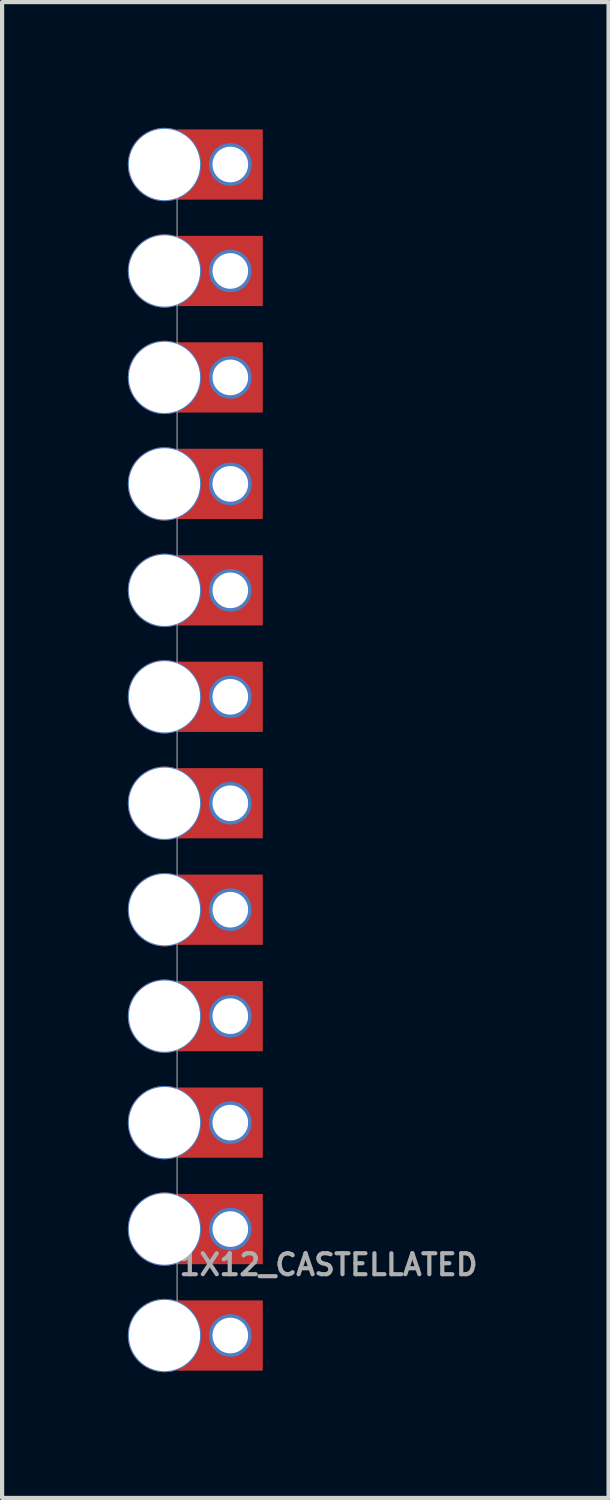
<source format=kicad_pcb>
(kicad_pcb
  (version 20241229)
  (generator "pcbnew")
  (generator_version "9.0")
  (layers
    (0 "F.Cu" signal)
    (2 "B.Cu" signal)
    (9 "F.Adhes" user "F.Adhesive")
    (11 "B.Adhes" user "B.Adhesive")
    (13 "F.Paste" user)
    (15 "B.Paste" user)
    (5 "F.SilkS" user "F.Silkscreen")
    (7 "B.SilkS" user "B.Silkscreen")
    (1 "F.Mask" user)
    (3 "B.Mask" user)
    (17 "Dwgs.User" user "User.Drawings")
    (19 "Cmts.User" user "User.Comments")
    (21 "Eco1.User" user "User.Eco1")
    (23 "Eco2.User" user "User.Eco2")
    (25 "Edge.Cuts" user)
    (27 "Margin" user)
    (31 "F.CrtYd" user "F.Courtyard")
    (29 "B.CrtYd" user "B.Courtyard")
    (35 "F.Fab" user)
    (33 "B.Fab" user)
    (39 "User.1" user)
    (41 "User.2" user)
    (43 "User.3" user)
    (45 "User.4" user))
  (footprint "1X12_CASTELLATED"
    (layer "F.Cu")
    (at 2.445 28.815)
    (property "Reference" "1X12_CASTELLATED" (at -1.27 -1.397 0) (layer "F.Fab") (effects (font (size 0.5 0.5) (thickness 0.1)) (justify left bottom)))
    (fp_poly (pts (xy 0.775 -27.102) (xy -1.283 -27.102) (xy -1.283 -28.778) (xy 0.775 -28.778)) (stroke (width 0) (type default)) (fill yes) (layer "F.Cu"))
    (fp_poly (pts (xy 0.775 -24.562) (xy -1.283 -24.562) (xy -1.283 -26.238) (xy 0.775 -26.238)) (stroke (width 0) (type default)) (fill yes) (layer "F.Cu"))
    (fp_poly (pts (xy 0.775 -22.022) (xy -1.283 -22.022) (xy -1.283 -23.698) (xy 0.775 -23.698)) (stroke (width 0) (type default)) (fill yes) (layer "F.Cu"))
    (fp_poly (pts (xy 0.775 -19.482) (xy -1.283 -19.482) (xy -1.283 -21.158) (xy 0.775 -21.158)) (stroke (width 0) (type default)) (fill yes) (layer "F.Cu"))
    (fp_poly (pts (xy 0.775 -16.942) (xy -1.283 -16.942) (xy -1.283 -18.618) (xy 0.775 -18.618)) (stroke (width 0) (type default)) (fill yes) (layer "F.Cu"))
    (fp_poly (pts (xy 0.775 -14.402) (xy -1.283 -14.402) (xy -1.283 -16.078) (xy 0.775 -16.078)) (stroke (width 0) (type default)) (fill yes) (layer "F.Cu"))
    (fp_poly (pts (xy 0.775 -11.862) (xy -1.283 -11.862) (xy -1.283 -13.538) (xy 0.775 -13.538)) (stroke (width 0) (type default)) (fill yes) (layer "F.Cu"))
    (fp_poly (pts (xy 0.775 -9.322) (xy -1.283 -9.322) (xy -1.283 -10.998) (xy 0.775 -10.998)) (stroke (width 0) (type default)) (fill yes) (layer "F.Cu"))
    (fp_poly (pts (xy 0.775 -6.782) (xy -1.283 -6.782) (xy -1.283 -8.458) (xy 0.775 -8.458)) (stroke (width 0) (type default)) (fill yes) (layer "F.Cu"))
    (fp_poly (pts (xy 0.775 -4.242) (xy -1.283 -4.242) (xy -1.283 -5.918) (xy 0.775 -5.918)) (stroke (width 0) (type default)) (fill yes) (layer "F.Cu"))
    (fp_poly (pts (xy 0.775 -1.702) (xy -1.283 -1.702) (xy -1.283 -3.378) (xy 0.775 -3.378)) (stroke (width 0) (type default)) (fill yes) (layer "F.Cu"))
    (fp_poly (pts (xy 0.775 0.838) (xy -1.283 0.838) (xy -1.283 -0.838) (xy 0.775 -0.838)) (stroke (width 0) (type default)) (fill yes) (layer "F.Cu"))
    (fp_poly (pts (xy 0.775 -27.102) (xy -1.283 -27.102) (xy -1.283 -28.778) (xy 0.775 -28.778)) (stroke (width 0) (type default)) (fill yes) (layer "F.Mask"))
    (fp_poly (pts (xy 0.775 -24.562) (xy -1.283 -24.562) (xy -1.283 -26.238) (xy 0.775 -26.238)) (stroke (width 0) (type default)) (fill yes) (layer "F.Mask"))
    (fp_poly (pts (xy 0.775 -22.022) (xy -1.283 -22.022) (xy -1.283 -23.698) (xy 0.775 -23.698)) (stroke (width 0) (type default)) (fill yes) (layer "F.Mask"))
    (fp_poly (pts (xy 0.775 -19.482) (xy -1.283 -19.482) (xy -1.283 -21.158) (xy 0.775 -21.158)) (stroke (width 0) (type default)) (fill yes) (layer "F.Mask"))
    (fp_poly (pts (xy 0.775 -16.942) (xy -1.283 -16.942) (xy -1.283 -18.618) (xy 0.775 -18.618)) (stroke (width 0) (type default)) (fill yes) (layer "F.Mask"))
    (fp_poly (pts (xy 0.775 -14.402) (xy -1.283 -14.402) (xy -1.283 -16.078) (xy 0.775 -16.078)) (stroke (width 0) (type default)) (fill yes) (layer "F.Mask"))
    (fp_poly (pts (xy 0.775 -11.862) (xy -1.283 -11.862) (xy -1.283 -13.538) (xy 0.775 -13.538)) (stroke (width 0) (type default)) (fill yes) (layer "F.Mask"))
    (fp_poly (pts (xy 0.775 -9.322) (xy -1.283 -9.322) (xy -1.283 -10.998) (xy 0.775 -10.998)) (stroke (width 0) (type default)) (fill yes) (layer "F.Mask"))
    (fp_poly (pts (xy 0.775 -6.782) (xy -1.283 -6.782) (xy -1.283 -8.458) (xy 0.775 -8.458)) (stroke (width 0) (type default)) (fill yes) (layer "F.Mask"))
    (fp_poly (pts (xy 0.775 -4.242) (xy -1.283 -4.242) (xy -1.283 -5.918) (xy 0.775 -5.918)) (stroke (width 0) (type default)) (fill yes) (layer "F.Mask"))
    (fp_poly (pts (xy 0.775 -1.702) (xy -1.283 -1.702) (xy -1.283 -3.378) (xy 0.775 -3.378)) (stroke (width 0) (type default)) (fill yes) (layer "F.Mask"))
    (fp_poly (pts (xy 0.775 0.838) (xy -1.283 0.838) (xy -1.283 -0.838) (xy 0.775 -0.838)) (stroke (width 0) (type default)) (fill yes) (layer "F.Mask"))
    (fp_poly (pts (xy 0.176 -28.743) (xy 0.34 -28.673) (xy 0.485 -28.57) (xy 0.606 -28.439) (xy 0.697 -28.286) (xy 0.754 -28.117) (xy 0.775 -27.94) (xy 0.758 -27.761) (xy 0.703 -27.591) (xy 0.613 -27.435) (xy 0.491 -27.304) (xy 0.344 -27.201) (xy 0.178 -27.133) (xy 0.001 -27.102) (xy -1.283 -27.102) (xy -1.283 -28.778) (xy 0.001 -28.778)) (stroke (width 0) (type default)) (fill yes) (layer "B.Mask"))
    (fp_poly (pts (xy 0.176 -26.203) (xy 0.34 -26.133) (xy 0.485 -26.03) (xy 0.606 -25.899) (xy 0.697 -25.746) (xy 0.754 -25.577) (xy 0.775 -25.4) (xy 0.758 -25.221) (xy 0.703 -25.051) (xy 0.613 -24.895) (xy 0.491 -24.764) (xy 0.344 -24.661) (xy 0.178 -24.593) (xy 0.001 -24.562) (xy -1.283 -24.562) (xy -1.283 -26.238) (xy 0.001 -26.238)) (stroke (width 0) (type default)) (fill yes) (layer "B.Mask"))
    (fp_poly (pts (xy 0.176 -23.663) (xy 0.34 -23.593) (xy 0.485 -23.49) (xy 0.606 -23.359) (xy 0.697 -23.206) (xy 0.754 -23.037) (xy 0.775 -22.86) (xy 0.758 -22.681) (xy 0.703 -22.511) (xy 0.613 -22.355) (xy 0.491 -22.224) (xy 0.344 -22.121) (xy 0.178 -22.053) (xy 0.001 -22.022) (xy -1.283 -22.022) (xy -1.283 -23.698) (xy 0.001 -23.698)) (stroke (width 0) (type default)) (fill yes) (layer "B.Mask"))
    (fp_poly (pts (xy 0.176 -21.123) (xy 0.34 -21.053) (xy 0.485 -20.95) (xy 0.606 -20.819) (xy 0.697 -20.666) (xy 0.754 -20.497) (xy 0.775 -20.32) (xy 0.758 -20.141) (xy 0.703 -19.971) (xy 0.613 -19.815) (xy 0.491 -19.684) (xy 0.344 -19.581) (xy 0.178 -19.513) (xy 0.001 -19.482) (xy -1.283 -19.482) (xy -1.283 -21.158) (xy 0.001 -21.158)) (stroke (width 0) (type default)) (fill yes) (layer "B.Mask"))
    (fp_poly (pts (xy 0.176 -18.583) (xy 0.34 -18.513) (xy 0.485 -18.41) (xy 0.606 -18.279) (xy 0.697 -18.126) (xy 0.754 -17.957) (xy 0.775 -17.78) (xy 0.758 -17.601) (xy 0.703 -17.431) (xy 0.613 -17.275) (xy 0.491 -17.144) (xy 0.344 -17.041) (xy 0.178 -16.973) (xy 0.001 -16.942) (xy -1.283 -16.942) (xy -1.283 -18.618) (xy 0.001 -18.618)) (stroke (width 0) (type default)) (fill yes) (layer "B.Mask"))
    (fp_poly (pts (xy 0.176 -16.043) (xy 0.34 -15.973) (xy 0.485 -15.87) (xy 0.606 -15.739) (xy 0.697 -15.586) (xy 0.754 -15.417) (xy 0.775 -15.24) (xy 0.758 -15.061) (xy 0.703 -14.891) (xy 0.613 -14.735) (xy 0.491 -14.604) (xy 0.344 -14.501) (xy 0.178 -14.433) (xy 0.001 -14.402) (xy -1.283 -14.402) (xy -1.283 -16.078) (xy 0.001 -16.078)) (stroke (width 0) (type default)) (fill yes) (layer "B.Mask"))
    (fp_poly (pts (xy 0.176 -13.503) (xy 0.34 -13.433) (xy 0.485 -13.33) (xy 0.606 -13.199) (xy 0.697 -13.046) (xy 0.754 -12.877) (xy 0.775 -12.7) (xy 0.758 -12.521) (xy 0.703 -12.351) (xy 0.613 -12.195) (xy 0.491 -12.064) (xy 0.344 -11.961) (xy 0.178 -11.893) (xy 0.001 -11.862) (xy -1.283 -11.862) (xy -1.283 -13.538) (xy 0.001 -13.538)) (stroke (width 0) (type default)) (fill yes) (layer "B.Mask"))
    (fp_poly (pts (xy 0.176 -10.963) (xy 0.34 -10.893) (xy 0.485 -10.79) (xy 0.606 -10.659) (xy 0.697 -10.506) (xy 0.754 -10.337) (xy 0.775 -10.16) (xy 0.758 -9.981) (xy 0.703 -9.811) (xy 0.613 -9.655) (xy 0.491 -9.524) (xy 0.344 -9.421) (xy 0.178 -9.353) (xy 0.001 -9.322) (xy -1.283 -9.322) (xy -1.283 -10.998) (xy 0.001 -10.998)) (stroke (width 0) (type default)) (fill yes) (layer "B.Mask"))
    (fp_poly (pts (xy 0.176 -8.423) (xy 0.34 -8.353) (xy 0.485 -8.25) (xy 0.606 -8.119) (xy 0.697 -7.966) (xy 0.754 -7.797) (xy 0.775 -7.62) (xy 0.758 -7.441) (xy 0.703 -7.271) (xy 0.613 -7.115) (xy 0.491 -6.984) (xy 0.344 -6.881) (xy 0.178 -6.813) (xy 0.001 -6.782) (xy -1.283 -6.782) (xy -1.283 -8.458) (xy 0.001 -8.458)) (stroke (width 0) (type default)) (fill yes) (layer "B.Mask"))
    (fp_poly (pts (xy 0.176 -5.883) (xy 0.34 -5.813) (xy 0.485 -5.71) (xy 0.606 -5.579) (xy 0.697 -5.426) (xy 0.754 -5.257) (xy 0.775 -5.08) (xy 0.758 -4.901) (xy 0.703 -4.731) (xy 0.613 -4.575) (xy 0.491 -4.444) (xy 0.344 -4.341) (xy 0.178 -4.273) (xy 0.001 -4.242) (xy -1.283 -4.242) (xy -1.283 -5.918) (xy 0.001 -5.918)) (stroke (width 0) (type default)) (fill yes) (layer "B.Mask"))
    (fp_poly (pts (xy 0.176 -3.343) (xy 0.34 -3.273) (xy 0.485 -3.17) (xy 0.606 -3.039) (xy 0.697 -2.886) (xy 0.754 -2.717) (xy 0.775 -2.54) (xy 0.758 -2.361) (xy 0.703 -2.191) (xy 0.613 -2.035) (xy 0.491 -1.904) (xy 0.344 -1.801) (xy 0.178 -1.733) (xy 0.001 -1.702) (xy -1.283 -1.702) (xy -1.283 -3.378) (xy 0.001 -3.378)) (stroke (width 0) (type default)) (fill yes) (layer "B.Mask"))
    (fp_poly (pts (xy 0.176 -0.803) (xy 0.34 -0.733) (xy 0.485 -0.63) (xy 0.606 -0.499) (xy 0.697 -0.346) (xy 0.754 -0.177) (xy 0.775 -0.001) (xy 0.775 0.001) (xy 0.758 0.179) (xy 0.703 0.349) (xy 0.613 0.505) (xy 0.491 0.636) (xy 0.344 0.739) (xy 0.178 0.807) (xy 0.001 0.838) (xy -1.283 0.838) (xy -1.283 -0.838) (xy 0.001 -0.838)) (stroke (width 0) (type default)) (fill yes) (layer "B.Mask"))
    (fp_poly (pts (xy 0.176 -28.743) (xy 0.34 -28.673) (xy 0.485 -28.57) (xy 0.606 -28.439) (xy 0.697 -28.286) (xy 0.754 -28.117) (xy 0.775 -27.94) (xy 0.758 -27.761) (xy 0.703 -27.591) (xy 0.613 -27.435) (xy 0.491 -27.304) (xy 0.344 -27.201) (xy 0.178 -27.133) (xy 0.001 -27.102) (xy -1.283 -27.102) (xy -1.283 -28.778) (xy 0.001 -28.778)) (stroke (width 0) (type default)) (fill yes) (layer "In1.Cu"))
    (fp_poly (pts (xy 0.176 -26.203) (xy 0.34 -26.133) (xy 0.485 -26.03) (xy 0.606 -25.899) (xy 0.697 -25.746) (xy 0.754 -25.577) (xy 0.775 -25.4) (xy 0.758 -25.221) (xy 0.703 -25.051) (xy 0.613 -24.895) (xy 0.491 -24.764) (xy 0.344 -24.661) (xy 0.178 -24.593) (xy 0.001 -24.562) (xy -1.283 -24.562) (xy -1.283 -26.238) (xy 0.001 -26.238)) (stroke (width 0) (type default)) (fill yes) (layer "In1.Cu"))
    (fp_poly (pts (xy 0.176 -23.663) (xy 0.34 -23.593) (xy 0.485 -23.49) (xy 0.606 -23.359) (xy 0.697 -23.206) (xy 0.754 -23.037) (xy 0.775 -22.86) (xy 0.758 -22.681) (xy 0.703 -22.511) (xy 0.613 -22.355) (xy 0.491 -22.224) (xy 0.344 -22.121) (xy 0.178 -22.053) (xy 0.001 -22.022) (xy -1.283 -22.022) (xy -1.283 -23.698) (xy 0.001 -23.698)) (stroke (width 0) (type default)) (fill yes) (layer "In1.Cu"))
    (fp_poly (pts (xy 0.176 -21.123) (xy 0.34 -21.053) (xy 0.485 -20.95) (xy 0.606 -20.819) (xy 0.697 -20.666) (xy 0.754 -20.497) (xy 0.775 -20.32) (xy 0.758 -20.141) (xy 0.703 -19.971) (xy 0.613 -19.815) (xy 0.491 -19.684) (xy 0.344 -19.581) (xy 0.178 -19.513) (xy 0.001 -19.482) (xy -1.283 -19.482) (xy -1.283 -21.158) (xy 0.001 -21.158)) (stroke (width 0) (type default)) (fill yes) (layer "In1.Cu"))
    (fp_poly (pts (xy 0.176 -18.583) (xy 0.34 -18.513) (xy 0.485 -18.41) (xy 0.606 -18.279) (xy 0.697 -18.126) (xy 0.754 -17.957) (xy 0.775 -17.78) (xy 0.758 -17.601) (xy 0.703 -17.431) (xy 0.613 -17.275) (xy 0.491 -17.144) (xy 0.344 -17.041) (xy 0.178 -16.973) (xy 0.001 -16.942) (xy -1.283 -16.942) (xy -1.283 -18.618) (xy 0.001 -18.618)) (stroke (width 0) (type default)) (fill yes) (layer "In1.Cu"))
    (fp_poly (pts (xy 0.176 -16.043) (xy 0.34 -15.973) (xy 0.485 -15.87) (xy 0.606 -15.739) (xy 0.697 -15.586) (xy 0.754 -15.417) (xy 0.775 -15.24) (xy 0.758 -15.061) (xy 0.703 -14.891) (xy 0.613 -14.735) (xy 0.491 -14.604) (xy 0.344 -14.501) (xy 0.178 -14.433) (xy 0.001 -14.402) (xy -1.283 -14.402) (xy -1.283 -16.078) (xy 0.001 -16.078)) (stroke (width 0) (type default)) (fill yes) (layer "In1.Cu"))
    (fp_poly (pts (xy 0.176 -13.503) (xy 0.34 -13.433) (xy 0.485 -13.33) (xy 0.606 -13.199) (xy 0.697 -13.046) (xy 0.754 -12.877) (xy 0.775 -12.7) (xy 0.758 -12.521) (xy 0.703 -12.351) (xy 0.613 -12.195) (xy 0.491 -12.064) (xy 0.344 -11.961) (xy 0.178 -11.893) (xy 0.001 -11.862) (xy -1.283 -11.862) (xy -1.283 -13.538) (xy 0.001 -13.538)) (stroke (width 0) (type default)) (fill yes) (layer "In1.Cu"))
    (fp_poly (pts (xy 0.176 -10.963) (xy 0.34 -10.893) (xy 0.485 -10.79) (xy 0.606 -10.659) (xy 0.697 -10.506) (xy 0.754 -10.337) (xy 0.775 -10.16) (xy 0.758 -9.981) (xy 0.703 -9.811) (xy 0.613 -9.655) (xy 0.491 -9.524) (xy 0.344 -9.421) (xy 0.178 -9.353) (xy 0.001 -9.322) (xy -1.283 -9.322) (xy -1.283 -10.998) (xy 0.001 -10.998)) (stroke (width 0) (type default)) (fill yes) (layer "In1.Cu"))
    (fp_poly (pts (xy 0.176 -8.423) (xy 0.34 -8.353) (xy 0.485 -8.25) (xy 0.606 -8.119) (xy 0.697 -7.966) (xy 0.754 -7.797) (xy 0.775 -7.62) (xy 0.758 -7.441) (xy 0.703 -7.271) (xy 0.613 -7.115) (xy 0.491 -6.984) (xy 0.344 -6.881) (xy 0.178 -6.813) (xy 0.001 -6.782) (xy -1.283 -6.782) (xy -1.283 -8.458) (xy 0.001 -8.458)) (stroke (width 0) (type default)) (fill yes) (layer "In1.Cu"))
    (fp_poly (pts (xy 0.176 -5.883) (xy 0.34 -5.813) (xy 0.485 -5.71) (xy 0.606 -5.579) (xy 0.697 -5.426) (xy 0.754 -5.257) (xy 0.775 -5.08) (xy 0.758 -4.901) (xy 0.703 -4.731) (xy 0.613 -4.575) (xy 0.491 -4.444) (xy 0.344 -4.341) (xy 0.178 -4.273) (xy 0.001 -4.242) (xy -1.283 -4.242) (xy -1.283 -5.918) (xy 0.001 -5.918)) (stroke (width 0) (type default)) (fill yes) (layer "In1.Cu"))
    (fp_poly (pts (xy 0.176 -3.343) (xy 0.34 -3.273) (xy 0.485 -3.17) (xy 0.606 -3.039) (xy 0.697 -2.886) (xy 0.754 -2.717) (xy 0.775 -2.54) (xy 0.758 -2.361) (xy 0.703 -2.191) (xy 0.613 -2.035) (xy 0.491 -1.904) (xy 0.344 -1.801) (xy 0.178 -1.733) (xy 0.001 -1.702) (xy -1.283 -1.702) (xy -1.283 -3.378) (xy 0.001 -3.378)) (stroke (width 0) (type default)) (fill yes) (layer "In1.Cu"))
    (fp_poly (pts (xy 0.176 -0.803) (xy 0.34 -0.733) (xy 0.485 -0.63) (xy 0.606 -0.499) (xy 0.697 -0.346) (xy 0.754 -0.177) (xy 0.775 -0.001) (xy 0.775 0.001) (xy 0.758 0.179) (xy 0.703 0.349) (xy 0.613 0.505) (xy 0.491 0.636) (xy 0.344 0.739) (xy 0.178 0.807) (xy 0.001 0.838) (xy -1.283 0.838) (xy -1.283 -0.838) (xy 0.001 -0.838)) (stroke (width 0) (type default)) (fill yes) (layer "In1.Cu"))
    (fp_line (start -1.27 0) (end -1.27 -27.94) (stroke (width 0.025) (type solid)) (layer "F.Fab"))
    (fp_poly (pts (xy 0.254 -27.686) (xy 0.254 -28.194) (xy -0.254 -28.194) (xy -0.254 -27.686)) (stroke (width 0.1) (type default)) (fill no) (layer "F.Fab"))
    (fp_poly (pts (xy 0.254 -25.146) (xy 0.254 -25.654) (xy -0.254 -25.654) (xy -0.254 -25.146)) (stroke (width 0.1) (type default)) (fill no) (layer "F.Fab"))
    (fp_poly (pts (xy 0.254 -22.606) (xy 0.254 -23.114) (xy -0.254 -23.114) (xy -0.254 -22.606)) (stroke (width 0.1) (type default)) (fill no) (layer "F.Fab"))
    (fp_poly (pts (xy 0.254 -20.066) (xy 0.254 -20.574) (xy -0.254 -20.574) (xy -0.254 -20.066)) (stroke (width 0.1) (type default)) (fill no) (layer "F.Fab"))
    (fp_poly (pts (xy 0.254 -17.526) (xy 0.254 -18.034) (xy -0.254 -18.034) (xy -0.254 -17.526)) (stroke (width 0.1) (type default)) (fill no) (layer "F.Fab"))
    (fp_poly (pts (xy 0.254 -14.986) (xy 0.254 -15.494) (xy -0.254 -15.494) (xy -0.254 -14.986)) (stroke (width 0.1) (type default)) (fill no) (layer "F.Fab"))
    (fp_poly (pts (xy 0.254 -12.446) (xy 0.254 -12.954) (xy -0.254 -12.954) (xy -0.254 -12.446)) (stroke (width 0.1) (type default)) (fill no) (layer "F.Fab"))
    (fp_poly (pts (xy 0.254 -9.906) (xy 0.254 -10.414) (xy -0.254 -10.414) (xy -0.254 -9.906)) (stroke (width 0.1) (type default)) (fill no) (layer "F.Fab"))
    (fp_poly (pts (xy 0.254 -7.366) (xy 0.254 -7.874) (xy -0.254 -7.874) (xy -0.254 -7.366)) (stroke (width 0.1) (type default)) (fill no) (layer "F.Fab"))
    (fp_poly (pts (xy 0.254 -4.826) (xy 0.254 -5.334) (xy -0.254 -5.334) (xy -0.254 -4.826)) (stroke (width 0.1) (type default)) (fill no) (layer "F.Fab"))
    (fp_poly (pts (xy 0.254 -2.286) (xy 0.254 -2.794) (xy -0.254 -2.794) (xy -0.254 -2.286)) (stroke (width 0.1) (type default)) (fill no) (layer "F.Fab"))
    (fp_poly (pts (xy 0.254 0.254) (xy 0.254 -0.254) (xy -0.254 -0.254) (xy -0.254 0.254)) (stroke (width 0.1) (type default)) (fill no) (layer "F.Fab"))
    (pad "1" thru_hole circle (at 0 0 180) (size 1.016 1.016) (drill 0.85) (layers "*.Cu" "*.Mask"))
    (pad "1B" thru_hole circle (at -1.57 0) (size 1.75 1.75) (drill 1.7) (layers "*.Cu" "*.Mask"))
    (pad "2" thru_hole circle (at 0 -2.54 180) (size 1.016 1.016) (drill 0.85) (layers "*.Cu" "*.Mask"))
    (pad "2B" thru_hole circle (at -1.57 -2.54) (size 1.75 1.75) (drill 1.7) (layers "*.Cu" "*.Mask"))
    (pad "3" thru_hole circle (at 0 -5.08 180) (size 1.016 1.016) (drill 0.85) (layers "*.Cu" "*.Mask"))
    (pad "3B" thru_hole circle (at -1.57 -5.08) (size 1.75 1.75) (drill 1.7) (layers "*.Cu" "*.Mask"))
    (pad "4" thru_hole circle (at 0 -7.62 180) (size 1.016 1.016) (drill 0.85) (layers "*.Cu" "*.Mask"))
    (pad "4B" thru_hole circle (at -1.57 -7.62) (size 1.75 1.75) (drill 1.7) (layers "*.Cu" "*.Mask"))
    (pad "5" thru_hole circle (at 0 -10.16 180) (size 1.016 1.016) (drill 0.85) (layers "*.Cu" "*.Mask"))
    (pad "5B" thru_hole circle (at -1.57 -10.16) (size 1.75 1.75) (drill 1.7) (layers "*.Cu" "*.Mask"))
    (pad "6" thru_hole circle (at 0 -12.7 180) (size 1.016 1.016) (drill 0.85) (layers "*.Cu" "*.Mask"))
    (pad "6B" thru_hole circle (at -1.57 -12.7) (size 1.75 1.75) (drill 1.7) (layers "*.Cu" "*.Mask"))
    (pad "7" thru_hole circle (at 0 -15.24 180) (size 1.016 1.016) (drill 0.85) (layers "*.Cu" "*.Mask"))
    (pad "7B" thru_hole circle (at -1.57 -15.24) (size 1.75 1.75) (drill 1.7) (layers "*.Cu" "*.Mask"))
    (pad "8" thru_hole circle (at 0 -17.78 180) (size 1.016 1.016) (drill 0.85) (layers "*.Cu" "*.Mask"))
    (pad "8B" thru_hole circle (at -1.57 -17.78) (size 1.75 1.75) (drill 1.7) (layers "*.Cu" "*.Mask"))
    (pad "9" thru_hole circle (at 0 -20.32 180) (size 1.016 1.016) (drill 0.85) (layers "*.Cu" "*.Mask"))
    (pad "9B" thru_hole circle (at -1.57 -20.32) (size 1.75 1.75) (drill 1.7) (layers "*.Cu" "*.Mask"))
    (pad "10" thru_hole circle (at 0 -22.86 180) (size 1.016 1.016) (drill 0.85) (layers "*.Cu" "*.Mask"))
    (pad "10B" thru_hole circle (at -1.57 -22.86) (size 1.75 1.75) (drill 1.7) (layers "*.Cu" "*.Mask"))
    (pad "11" thru_hole circle (at 0 -25.4 180) (size 1.016 1.016) (drill 0.85) (layers "*.Cu" "*.Mask"))
    (pad "11B" thru_hole circle (at -1.57 -25.4) (size 1.75 1.75) (drill 1.7) (layers "*.Cu" "*.Mask"))
    (pad "12" thru_hole circle (at 0 -27.94 180) (size 1.016 1.016) (drill 0.85) (layers "*.Cu" "*.Mask"))
    (pad "12B" thru_hole circle (at -1.57 -27.94) (size 1.75 1.75) (drill 1.7) (layers "*.Cu" "*.Mask")))
  (gr_rect
    (start -3 -3)
    (end 11.47 32.69)
    (stroke (width 0.1) (type default))
    (fill no)
    (layer "Edge.Cuts")))
</source>
